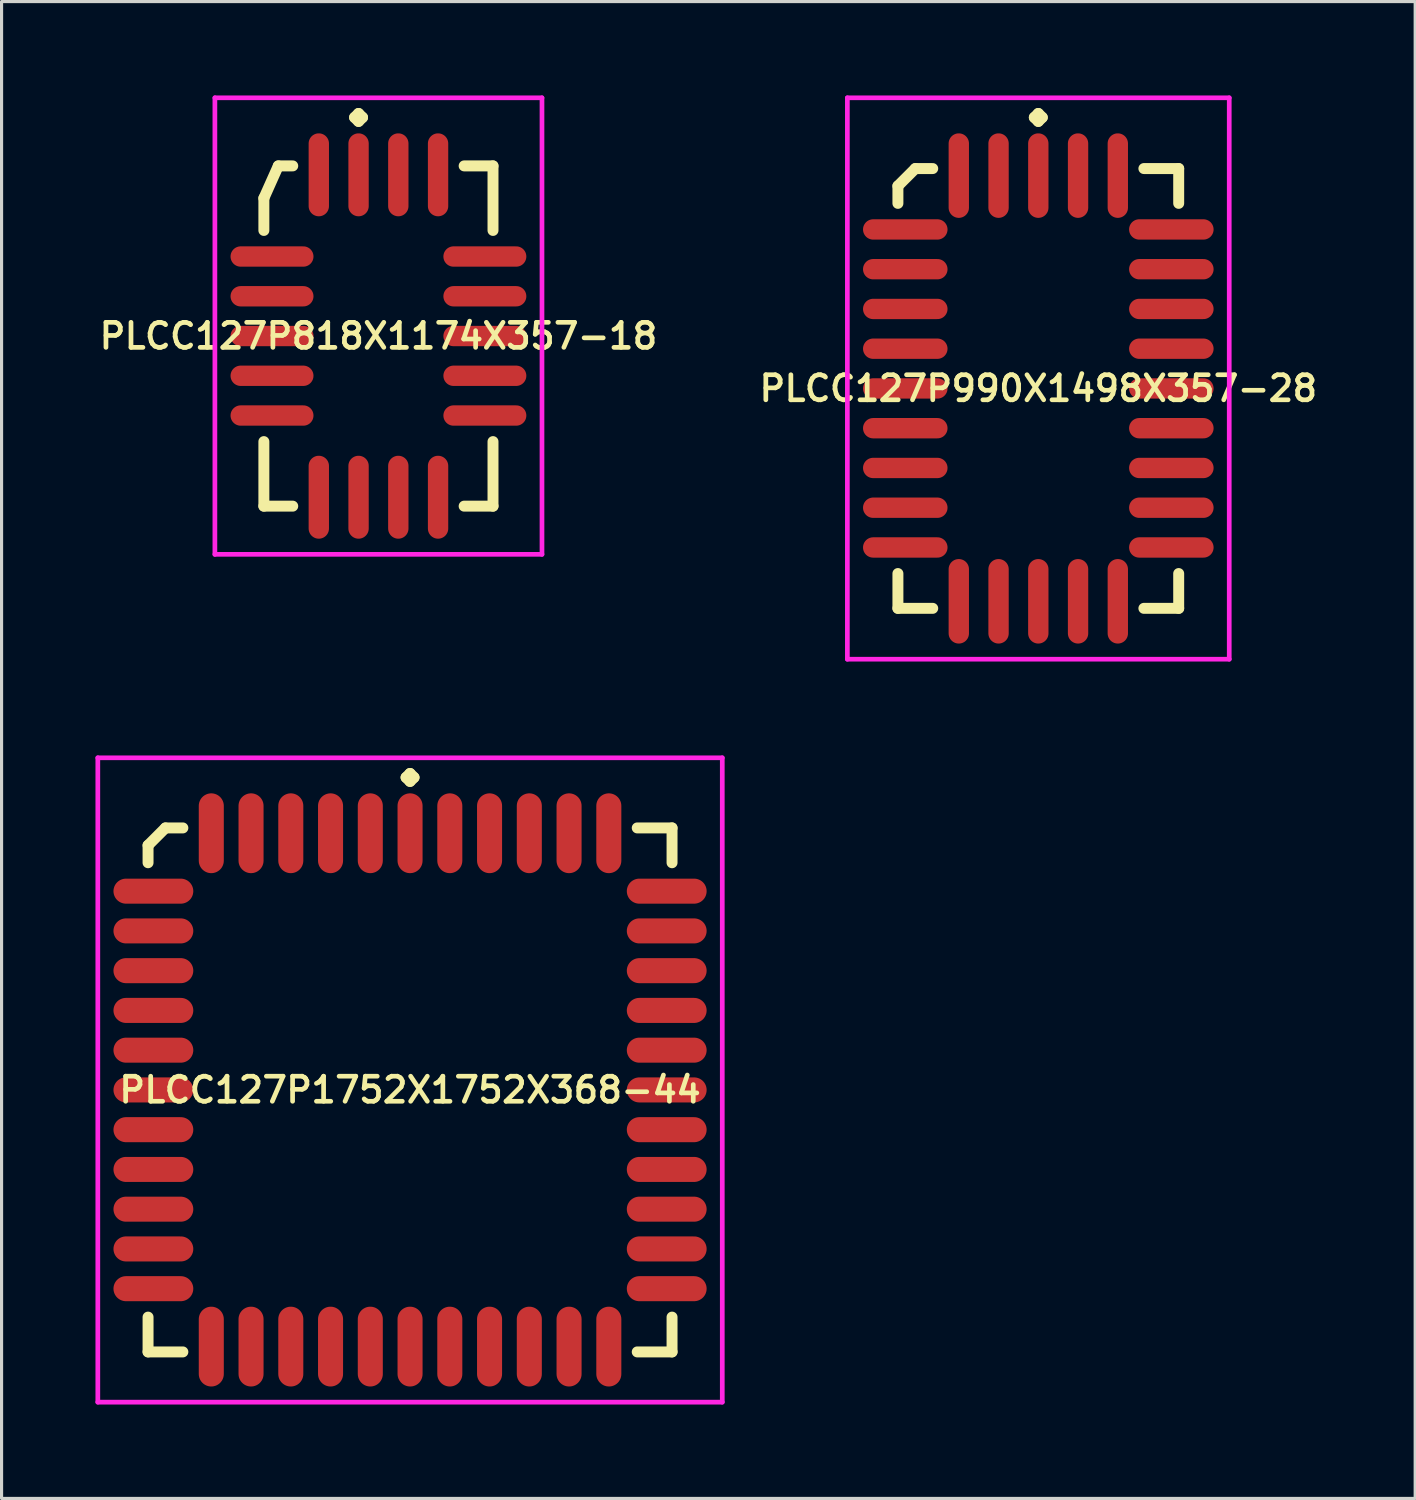
<source format=kicad_pcb>
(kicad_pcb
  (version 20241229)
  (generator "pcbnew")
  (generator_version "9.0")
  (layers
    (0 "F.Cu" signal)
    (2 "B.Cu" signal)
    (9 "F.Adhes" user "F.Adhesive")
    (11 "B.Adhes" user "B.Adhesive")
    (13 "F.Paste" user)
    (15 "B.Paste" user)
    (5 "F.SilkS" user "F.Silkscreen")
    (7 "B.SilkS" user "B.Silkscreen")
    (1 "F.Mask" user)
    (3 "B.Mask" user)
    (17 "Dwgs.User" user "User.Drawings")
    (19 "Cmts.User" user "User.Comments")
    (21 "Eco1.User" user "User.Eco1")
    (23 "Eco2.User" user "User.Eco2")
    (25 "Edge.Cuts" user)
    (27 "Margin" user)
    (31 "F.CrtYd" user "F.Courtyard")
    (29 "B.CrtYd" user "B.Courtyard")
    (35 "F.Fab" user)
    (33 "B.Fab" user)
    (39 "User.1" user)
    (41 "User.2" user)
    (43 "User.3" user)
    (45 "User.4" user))
  (footprint "PLCC127P990X1498X357-28"
    (layer "F.Cu")
    (at 30.121 9.36)
    (property "Reference" "PLCC127P990X1498X357-28" (at 0 0 0) (layer "F.SilkS") (effects (font (size 0.8 0.8) (thickness 0.15))))
    (attr smd)
    (fp_line (start -4.485 -6.469) (end -3.929 -7.025) (stroke (width 0.35) (type solid)) (layer "F.SilkS"))
    (fp_line (start -4.485 -5.913) (end -4.485 -6.469) (stroke (width 0.35) (type solid)) (layer "F.SilkS"))
    (fp_line (start -4.485 5.913) (end -4.485 7.025) (stroke (width 0.35) (type solid)) (layer "F.SilkS"))
    (fp_line (start -4.485 7.025) (end -3.373 7.025) (stroke (width 0.35) (type solid)) (layer "F.SilkS"))
    (fp_line (start -3.929 -7.025) (end -3.373 -7.025) (stroke (width 0.35) (type solid)) (layer "F.SilkS"))
    (fp_line (start -0.127 -8.658) (end 0 -8.785) (stroke (width 0.35) (type solid)) (layer "F.SilkS"))
    (fp_line (start 0 -8.785) (end 0.127 -8.658) (stroke (width 0.35) (type solid)) (layer "F.SilkS"))
    (fp_line (start 0 -8.531) (end -0.127 -8.658) (stroke (width 0.35) (type solid)) (layer "F.SilkS"))
    (fp_line (start 0.127 -8.658) (end 0 -8.531) (stroke (width 0.35) (type solid)) (layer "F.SilkS"))
    (fp_line (start 4.485 -7.025) (end 3.373 -7.025) (stroke (width 0.35) (type solid)) (layer "F.SilkS"))
    (fp_line (start 4.485 -5.913) (end 4.485 -7.025) (stroke (width 0.35) (type solid)) (layer "F.SilkS"))
    (fp_line (start 4.485 5.913) (end 4.485 7.025) (stroke (width 0.35) (type solid)) (layer "F.SilkS"))
    (fp_line (start 4.485 7.025) (end 3.373 7.025) (stroke (width 0.35) (type solid)) (layer "F.SilkS"))
    (fp_line (start -6.1 -9.285) (end 6.1 -9.285) (stroke (width 0.15) (type solid)) (layer "F.CrtYd"))
    (fp_line (start -6.1 8.65) (end -6.1 -9.285) (stroke (width 0.15) (type solid)) (layer "F.CrtYd"))
    (fp_line (start 6.1 -9.285) (end 6.1 8.65) (stroke (width 0.15) (type solid)) (layer "F.CrtYd"))
    (fp_line (start 6.1 8.65) (end -6.1 8.65) (stroke (width 0.15) (type solid)) (layer "F.CrtYd"))
    (pad "1" smd oval (at 0 -6.8) (size 0.65 2.7) (layers "F.Cu" "F.Mask" "F.Paste"))
    (pad "2" smd oval (at -1.27 -6.8) (size 0.65 2.7) (layers "F.Cu" "F.Mask" "F.Paste"))
    (pad "3" smd oval (at -2.54 -6.8) (size 0.65 2.7) (layers "F.Cu" "F.Mask" "F.Paste"))
    (pad "4" smd oval (at -4.25 -5.08) (size 2.7 0.65) (layers "F.Cu" "F.Mask" "F.Paste"))
    (pad "5" smd oval (at -4.25 -3.81) (size 2.7 0.65) (layers "F.Cu" "F.Mask" "F.Paste"))
    (pad "6" smd oval (at -4.25 -2.54) (size 2.7 0.65) (layers "F.Cu" "F.Mask" "F.Paste"))
    (pad "7" smd oval (at -4.25 -1.27) (size 2.7 0.65) (layers "F.Cu" "F.Mask" "F.Paste"))
    (pad "8" smd oval (at -4.25 0) (size 2.7 0.65) (layers "F.Cu" "F.Mask" "F.Paste"))
    (pad "9" smd oval (at -4.25 1.27) (size 2.7 0.65) (layers "F.Cu" "F.Mask" "F.Paste"))
    (pad "10" smd oval (at -4.25 2.54) (size 2.7 0.65) (layers "F.Cu" "F.Mask" "F.Paste"))
    (pad "11" smd oval (at -4.25 3.81) (size 2.7 0.65) (layers "F.Cu" "F.Mask" "F.Paste"))
    (pad "12" smd oval (at -4.25 5.08) (size 2.7 0.65) (layers "F.Cu" "F.Mask" "F.Paste"))
    (pad "13" smd oval (at -2.54 6.8) (size 0.65 2.7) (layers "F.Cu" "F.Mask" "F.Paste"))
    (pad "14" smd oval (at -1.27 6.8) (size 0.65 2.7) (layers "F.Cu" "F.Mask" "F.Paste"))
    (pad "15" smd oval (at 0 6.8) (size 0.65 2.7) (layers "F.Cu" "F.Mask" "F.Paste"))
    (pad "16" smd oval (at 1.27 6.8) (size 0.65 2.7) (layers "F.Cu" "F.Mask" "F.Paste"))
    (pad "17" smd oval (at 2.54 6.8) (size 0.65 2.7) (layers "F.Cu" "F.Mask" "F.Paste"))
    (pad "18" smd oval (at 4.25 5.08) (size 2.7 0.65) (layers "F.Cu" "F.Mask" "F.Paste"))
    (pad "19" smd oval (at 4.25 3.81) (size 2.7 0.65) (layers "F.Cu" "F.Mask" "F.Paste"))
    (pad "20" smd oval (at 4.25 2.54) (size 2.7 0.65) (layers "F.Cu" "F.Mask" "F.Paste"))
    (pad "21" smd oval (at 4.25 1.27) (size 2.7 0.65) (layers "F.Cu" "F.Mask" "F.Paste"))
    (pad "22" smd oval (at 4.25 0) (size 2.7 0.65) (layers "F.Cu" "F.Mask" "F.Paste"))
    (pad "23" smd oval (at 4.25 -1.27) (size 2.7 0.65) (layers "F.Cu" "F.Mask" "F.Paste"))
    (pad "24" smd oval (at 4.25 -2.54) (size 2.7 0.65) (layers "F.Cu" "F.Mask" "F.Paste"))
    (pad "25" smd oval (at 4.25 -3.81) (size 2.7 0.65) (layers "F.Cu" "F.Mask" "F.Paste"))
    (pad "26" smd oval (at 4.25 -5.08) (size 2.7 0.65) (layers "F.Cu" "F.Mask" "F.Paste"))
    (pad "27" smd oval (at 2.54 -6.8) (size 0.65 2.7) (layers "F.Cu" "F.Mask" "F.Paste"))
    (pad "28" smd oval (at 1.27 -6.8) (size 0.65 2.7) (layers "F.Cu" "F.Mask" "F.Paste")))
  (footprint "PLCC127P818X1174X357-18"
    (layer "F.Cu")
    (at 9.04 7.685)
    (property "Reference" "PLCC127P818X1174X357-18" (at 0 0 0) (layer "F.SilkS") (effects (font (size 0.8 0.8) (thickness 0.15))))
    (attr smd)
    (fp_line (start -3.66 -4.404) (end -3.199 -5.435) (stroke (width 0.35) (type solid)) (layer "F.SilkS"))
    (fp_line (start -3.66 -3.373) (end -3.66 -4.404) (stroke (width 0.35) (type solid)) (layer "F.SilkS"))
    (fp_line (start -3.66 3.373) (end -3.66 5.435) (stroke (width 0.35) (type solid)) (layer "F.SilkS"))
    (fp_line (start -3.66 5.435) (end -2.738 5.435) (stroke (width 0.35) (type solid)) (layer "F.SilkS"))
    (fp_line (start -3.199 -5.435) (end -2.738 -5.435) (stroke (width 0.35) (type solid)) (layer "F.SilkS"))
    (fp_line (start -0.762 -6.983) (end -0.635 -7.11) (stroke (width 0.35) (type solid)) (layer "F.SilkS"))
    (fp_line (start -0.635 -7.11) (end -0.508 -6.983) (stroke (width 0.35) (type solid)) (layer "F.SilkS"))
    (fp_line (start -0.635 -6.856) (end -0.762 -6.983) (stroke (width 0.35) (type solid)) (layer "F.SilkS"))
    (fp_line (start -0.508 -6.983) (end -0.635 -6.856) (stroke (width 0.35) (type solid)) (layer "F.SilkS"))
    (fp_line (start 3.66 -5.435) (end 2.738 -5.435) (stroke (width 0.35) (type solid)) (layer "F.SilkS"))
    (fp_line (start 3.66 -3.373) (end 3.66 -5.435) (stroke (width 0.35) (type solid)) (layer "F.SilkS"))
    (fp_line (start 3.66 3.373) (end 3.66 5.435) (stroke (width 0.35) (type solid)) (layer "F.SilkS"))
    (fp_line (start 3.66 5.435) (end 2.738 5.435) (stroke (width 0.35) (type solid)) (layer "F.SilkS"))
    (fp_line (start -5.225 -7.61) (end 5.225 -7.61) (stroke (width 0.15) (type solid)) (layer "F.CrtYd"))
    (fp_line (start -5.225 6.975) (end -5.225 -7.61) (stroke (width 0.15) (type solid)) (layer "F.CrtYd"))
    (fp_line (start 5.225 -7.61) (end 5.225 6.975) (stroke (width 0.15) (type solid)) (layer "F.CrtYd"))
    (fp_line (start 5.225 6.975) (end -5.225 6.975) (stroke (width 0.15) (type solid)) (layer "F.CrtYd"))
    (pad "1" smd oval (at -0.635 -5.15) (size 0.65 2.65) (layers "F.Cu" "F.Mask" "F.Paste"))
    (pad "2" smd oval (at -1.905 -5.15) (size 0.65 2.65) (layers "F.Cu" "F.Mask" "F.Paste"))
    (pad "3" smd oval (at -3.4 -2.54) (size 2.65 0.65) (layers "F.Cu" "F.Mask" "F.Paste"))
    (pad "4" smd oval (at -3.4 -1.27) (size 2.65 0.65) (layers "F.Cu" "F.Mask" "F.Paste"))
    (pad "5" smd oval (at -3.4 0) (size 2.65 0.65) (layers "F.Cu" "F.Mask" "F.Paste"))
    (pad "6" smd oval (at -3.4 1.27) (size 2.65 0.65) (layers "F.Cu" "F.Mask" "F.Paste"))
    (pad "7" smd oval (at -3.4 2.54) (size 2.65 0.65) (layers "F.Cu" "F.Mask" "F.Paste"))
    (pad "8" smd oval (at -1.905 5.15) (size 0.65 2.65) (layers "F.Cu" "F.Mask" "F.Paste"))
    (pad "9" smd oval (at -0.635 5.15) (size 0.65 2.65) (layers "F.Cu" "F.Mask" "F.Paste"))
    (pad "10" smd oval (at 0.635 5.15) (size 0.65 2.65) (layers "F.Cu" "F.Mask" "F.Paste"))
    (pad "11" smd oval (at 1.905 5.15) (size 0.65 2.65) (layers "F.Cu" "F.Mask" "F.Paste"))
    (pad "12" smd oval (at 3.4 2.54) (size 2.65 0.65) (layers "F.Cu" "F.Mask" "F.Paste"))
    (pad "13" smd oval (at 3.4 1.27) (size 2.65 0.65) (layers "F.Cu" "F.Mask" "F.Paste"))
    (pad "14" smd oval (at 3.4 0) (size 2.65 0.65) (layers "F.Cu" "F.Mask" "F.Paste"))
    (pad "15" smd oval (at 3.4 -1.27) (size 2.65 0.65) (layers "F.Cu" "F.Mask" "F.Paste"))
    (pad "16" smd oval (at 3.4 -2.54) (size 2.65 0.65) (layers "F.Cu" "F.Mask" "F.Paste"))
    (pad "17" smd oval (at 1.905 -5.15) (size 0.65 2.65) (layers "F.Cu" "F.Mask" "F.Paste"))
    (pad "18" smd oval (at 0.635 -5.15) (size 0.65 2.65) (layers "F.Cu" "F.Mask" "F.Paste")))
  (footprint "PLCC127P1752X1752X368-44"
    (layer "F.Cu")
    (at 10.05 31.77)
    (property "Reference" "PLCC127P1752X1752X368-44" (at 0 0 0) (layer "F.SilkS") (effects (font (size 0.8 0.8) (thickness 0.15))))
    (attr through_hole)
    (fp_line (start -8.37 -7.814) (end -7.814 -8.37) (stroke (width 0.35) (type solid)) (layer "F.SilkS"))
    (fp_line (start -8.37 -7.258) (end -8.37 -7.814) (stroke (width 0.35) (type solid)) (layer "F.SilkS"))
    (fp_line (start -8.37 7.258) (end -8.37 8.37) (stroke (width 0.35) (type solid)) (layer "F.SilkS"))
    (fp_line (start -8.37 8.37) (end -7.258 8.37) (stroke (width 0.35) (type solid)) (layer "F.SilkS"))
    (fp_line (start -7.814 -8.37) (end -7.258 -8.37) (stroke (width 0.35) (type solid)) (layer "F.SilkS"))
    (fp_line (start -0.127 -9.983) (end 0 -10.11) (stroke (width 0.35) (type solid)) (layer "F.SilkS"))
    (fp_line (start 0 -10.11) (end 0.127 -9.983) (stroke (width 0.35) (type solid)) (layer "F.SilkS"))
    (fp_line (start 0 -9.856) (end -0.127 -9.983) (stroke (width 0.35) (type solid)) (layer "F.SilkS"))
    (fp_line (start 0.127 -9.983) (end 0 -9.856) (stroke (width 0.35) (type solid)) (layer "F.SilkS"))
    (fp_line (start 8.37 -8.37) (end 7.258 -8.37) (stroke (width 0.35) (type solid)) (layer "F.SilkS"))
    (fp_line (start 8.37 -7.258) (end 8.37 -8.37) (stroke (width 0.35) (type solid)) (layer "F.SilkS"))
    (fp_line (start 8.37 7.258) (end 8.37 8.37) (stroke (width 0.35) (type solid)) (layer "F.SilkS"))
    (fp_line (start 8.37 8.37) (end 7.258 8.37) (stroke (width 0.35) (type solid)) (layer "F.SilkS"))
    (fp_line (start -9.975 -10.61) (end 9.975 -10.61) (stroke (width 0.15) (type solid)) (layer "F.CrtYd"))
    (fp_line (start -9.975 9.975) (end -9.975 -10.61) (stroke (width 0.15) (type solid)) (layer "F.CrtYd"))
    (fp_line (start 9.975 -10.61) (end 9.975 9.975) (stroke (width 0.15) (type solid)) (layer "F.CrtYd"))
    (fp_line (start 9.975 9.975) (end -9.975 9.975) (stroke (width 0.15) (type solid)) (layer "F.CrtYd"))
    (pad "1" smd oval (at 0 -8.2) (size 0.8 2.55) (layers "F.Cu" "F.Mask" "F.Paste"))
    (pad "2" smd oval (at -1.27 -8.2) (size 0.8 2.55) (layers "F.Cu" "F.Mask" "F.Paste"))
    (pad "3" smd oval (at -2.54 -8.2) (size 0.8 2.55) (layers "F.Cu" "F.Mask" "F.Paste"))
    (pad "4" smd oval (at -3.81 -8.2) (size 0.8 2.55) (layers "F.Cu" "F.Mask" "F.Paste"))
    (pad "5" smd oval (at -5.08 -8.2) (size 0.8 2.55) (layers "F.Cu" "F.Mask" "F.Paste"))
    (pad "6" smd oval (at -6.35 -8.2) (size 0.8 2.55) (layers "F.Cu" "F.Mask" "F.Paste"))
    (pad "7" smd oval (at -8.2 -6.35) (size 2.55 0.8) (layers "F.Cu" "F.Mask" "F.Paste"))
    (pad "8" smd oval (at -8.2 -5.08) (size 2.55 0.8) (layers "F.Cu" "F.Mask" "F.Paste"))
    (pad "9" smd oval (at -8.2 -3.81) (size 2.55 0.8) (layers "F.Cu" "F.Mask" "F.Paste"))
    (pad "10" smd oval (at -8.2 -2.54) (size 2.55 0.8) (layers "F.Cu" "F.Mask" "F.Paste"))
    (pad "11" smd oval (at -8.2 -1.27) (size 2.55 0.8) (layers "F.Cu" "F.Mask" "F.Paste"))
    (pad "12" smd oval (at -8.2 0) (size 2.55 0.8) (layers "F.Cu" "F.Mask" "F.Paste"))
    (pad "13" smd oval (at -8.2 1.27) (size 2.55 0.8) (layers "F.Cu" "F.Mask" "F.Paste"))
    (pad "14" smd oval (at -8.2 2.54) (size 2.55 0.8) (layers "F.Cu" "F.Mask" "F.Paste"))
    (pad "15" smd oval (at -8.2 3.81) (size 2.55 0.8) (layers "F.Cu" "F.Mask" "F.Paste"))
    (pad "16" smd oval (at -8.2 5.08) (size 2.55 0.8) (layers "F.Cu" "F.Mask" "F.Paste"))
    (pad "17" smd oval (at -8.2 6.35) (size 2.55 0.8) (layers "F.Cu" "F.Mask" "F.Paste"))
    (pad "18" smd oval (at -6.35 8.2) (size 0.8 2.55) (layers "F.Cu" "F.Mask" "F.Paste"))
    (pad "19" smd oval (at -5.08 8.2) (size 0.8 2.55) (layers "F.Cu" "F.Mask" "F.Paste"))
    (pad "20" smd oval (at -3.81 8.2) (size 0.8 2.55) (layers "F.Cu" "F.Mask" "F.Paste"))
    (pad "21" smd oval (at -2.54 8.2) (size 0.8 2.55) (layers "F.Cu" "F.Mask" "F.Paste"))
    (pad "22" smd oval (at -1.27 8.2) (size 0.8 2.55) (layers "F.Cu" "F.Mask" "F.Paste"))
    (pad "23" smd oval (at 0 8.2) (size 0.8 2.55) (layers "F.Cu" "F.Mask" "F.Paste"))
    (pad "24" smd oval (at 1.27 8.2) (size 0.8 2.55) (layers "F.Cu" "F.Mask" "F.Paste"))
    (pad "25" smd oval (at 2.54 8.2) (size 0.8 2.55) (layers "F.Cu" "F.Mask" "F.Paste"))
    (pad "26" smd oval (at 3.81 8.2) (size 0.8 2.55) (layers "F.Cu" "F.Mask" "F.Paste"))
    (pad "27" smd oval (at 5.08 8.2) (size 0.8 2.55) (layers "F.Cu" "F.Mask" "F.Paste"))
    (pad "28" smd oval (at 6.35 8.2) (size 0.8 2.55) (layers "F.Cu" "F.Mask" "F.Paste"))
    (pad "29" smd oval (at 8.2 6.35) (size 2.55 0.8) (layers "F.Cu" "F.Mask" "F.Paste"))
    (pad "30" smd oval (at 8.2 5.08) (size 2.55 0.8) (layers "F.Cu" "F.Mask" "F.Paste"))
    (pad "31" smd oval (at 8.2 3.81) (size 2.55 0.8) (layers "F.Cu" "F.Mask" "F.Paste"))
    (pad "32" smd oval (at 8.2 2.54) (size 2.55 0.8) (layers "F.Cu" "F.Mask" "F.Paste"))
    (pad "33" smd oval (at 8.2 1.27) (size 2.55 0.8) (layers "F.Cu" "F.Mask" "F.Paste"))
    (pad "34" smd oval (at 8.2 0) (size 2.55 0.8) (layers "F.Cu" "F.Mask" "F.Paste"))
    (pad "35" smd oval (at 8.2 -1.27) (size 2.55 0.8) (layers "F.Cu" "F.Mask" "F.Paste"))
    (pad "36" smd oval (at 8.2 -2.54) (size 2.55 0.8) (layers "F.Cu" "F.Mask" "F.Paste"))
    (pad "37" smd oval (at 8.2 -3.81) (size 2.55 0.8) (layers "F.Cu" "F.Mask" "F.Paste"))
    (pad "38" smd oval (at 8.2 -5.08) (size 2.55 0.8) (layers "F.Cu" "F.Mask" "F.Paste"))
    (pad "39" smd oval (at 8.2 -6.35) (size 2.55 0.8) (layers "F.Cu" "F.Mask" "F.Paste"))
    (pad "40" smd oval (at 6.35 -8.2) (size 0.8 2.55) (layers "F.Cu" "F.Mask" "F.Paste"))
    (pad "41" smd oval (at 5.08 -8.2) (size 0.8 2.55) (layers "F.Cu" "F.Mask" "F.Paste"))
    (pad "42" smd oval (at 3.81 -8.2) (size 0.8 2.55) (layers "F.Cu" "F.Mask" "F.Paste"))
    (pad "43" smd oval (at 2.54 -8.2) (size 0.8 2.55) (layers "F.Cu" "F.Mask" "F.Paste"))
    (pad "44" smd oval (at 1.27 -8.2) (size 0.8 2.55) (layers "F.Cu" "F.Mask" "F.Paste")))
  (gr_rect
    (start -3 -3)
    (end 42.161 44.82)
    (stroke (width 0.1) (type default))
    (fill no)
    (layer "Edge.Cuts")))
</source>
